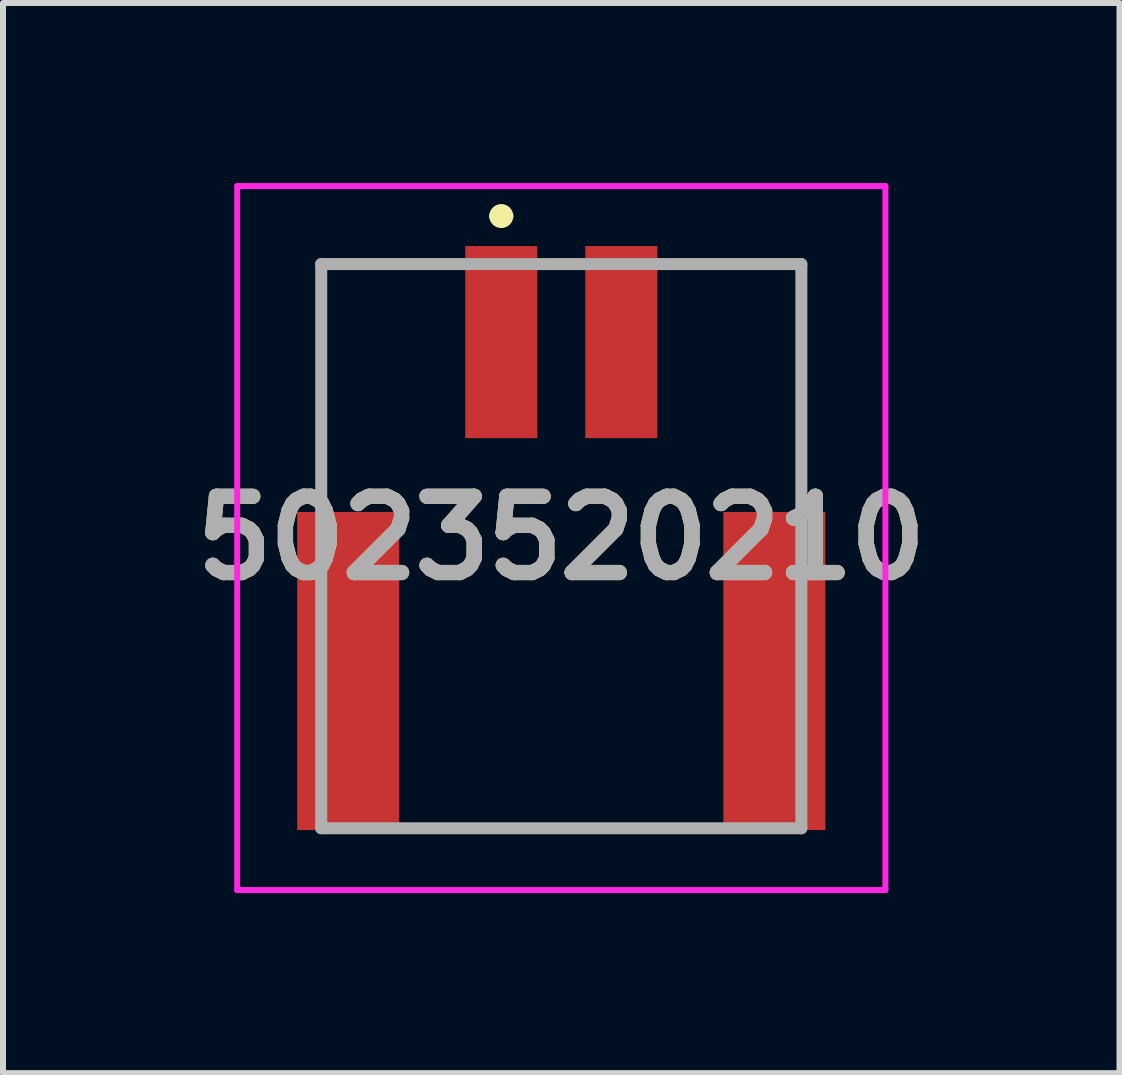
<source format=kicad_pcb>
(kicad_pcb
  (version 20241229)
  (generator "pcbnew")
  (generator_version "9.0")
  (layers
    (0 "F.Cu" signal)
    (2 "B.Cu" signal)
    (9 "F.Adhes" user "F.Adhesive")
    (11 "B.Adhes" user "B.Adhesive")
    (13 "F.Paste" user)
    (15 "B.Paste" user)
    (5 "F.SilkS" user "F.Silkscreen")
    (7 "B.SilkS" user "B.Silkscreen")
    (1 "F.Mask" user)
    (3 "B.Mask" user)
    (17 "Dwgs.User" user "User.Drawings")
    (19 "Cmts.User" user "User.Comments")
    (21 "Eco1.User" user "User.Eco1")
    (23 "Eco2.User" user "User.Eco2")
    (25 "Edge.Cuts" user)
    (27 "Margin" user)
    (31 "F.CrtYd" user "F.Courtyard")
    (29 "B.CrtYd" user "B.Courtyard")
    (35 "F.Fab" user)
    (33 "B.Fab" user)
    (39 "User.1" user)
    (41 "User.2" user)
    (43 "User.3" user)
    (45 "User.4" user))
  (footprint "5023520210"
    (layer "F.Cu")
    (at 6.302 1.05)
    (property "Reference" "5023520210" (at 0 4.865 0) (layer "F.SilkS") (effects (font (size 1.27 1.27) (thickness 0.254))))
    (attr smd)
    (fp_line (start -4 0.3) (end -2.05 0.3) (stroke (width 0.1) (type solid)) (layer "F.SilkS"))
    (fp_line (start -4 3.9) (end -4 0.3) (stroke (width 0.1) (type solid)) (layer "F.SilkS"))
    (fp_line (start -2.35 9.7) (end 2.45 9.7) (stroke (width 0.1) (type solid)) (layer "F.SilkS"))
    (fp_line (start -1.1 -0.5) (end -1.1 -0.5) (stroke (width 0.2) (type solid)) (layer "F.SilkS"))
    (fp_line (start -0.9 -0.5) (end -0.9 -0.5) (stroke (width 0.2) (type solid)) (layer "F.SilkS"))
    (fp_line (start 2.15 0.3) (end 4 0.3) (stroke (width 0.1) (type solid)) (layer "F.SilkS"))
    (fp_line (start 4 0.3) (end 4 3.9) (stroke (width 0.1) (type solid)) (layer "F.SilkS"))
    (fp_arc (start -1.1 -0.5) (mid -1 -0.6) (end -0.9 -0.5) (stroke (width 0.2) (type solid)) (layer "F.SilkS"))
    (fp_arc (start -0.9 -0.5) (mid -1 -0.4) (end -1.1 -0.5) (stroke (width 0.2) (type solid)) (layer "F.SilkS"))
    (fp_line (start -5.4 -1) (end 5.4 -1) (stroke (width 0.1) (type solid)) (layer "F.CrtYd"))
    (fp_line (start -5.4 10.73) (end -5.4 -1) (stroke (width 0.1) (type solid)) (layer "F.CrtYd"))
    (fp_line (start 5.4 -1) (end 5.4 10.73) (stroke (width 0.1) (type solid)) (layer "F.CrtYd"))
    (fp_line (start 5.4 10.73) (end -5.4 10.73) (stroke (width 0.1) (type solid)) (layer "F.CrtYd"))
    (fp_line (start -4 0.3) (end 4 0.3) (stroke (width 0.2) (type solid)) (layer "F.Fab"))
    (fp_line (start -4 9.7) (end -4 0.3) (stroke (width 0.2) (type solid)) (layer "F.Fab"))
    (fp_line (start 4 0.3) (end 4 9.7) (stroke (width 0.2) (type solid)) (layer "F.Fab"))
    (fp_line (start 4 9.7) (end -4 9.7) (stroke (width 0.2) (type solid)) (layer "F.Fab"))
    (fp_text user "${REFERENCE}" (at 0 4.865 0) (layer "F.Fab") (effects (font (size 1.27 1.27) (thickness 0.254))))
    (pad "1" smd rect (at -1 1.6) (size 1.2 3.2) (layers "F.Cu" "F.Mask" "F.Paste"))
    (pad "2" smd rect (at 1 1.6) (size 1.2 3.2) (layers "F.Cu" "F.Mask" "F.Paste"))
    (pad "MP1" smd rect (at -3.55 7.08) (size 1.7 5.3) (layers "F.Cu" "F.Mask" "F.Paste"))
    (pad "MP2" smd rect (at 3.55 7.08) (size 1.7 5.3) (layers "F.Cu" "F.Mask" "F.Paste")))
  (gr_rect
    (start -3 -3)
    (end 15.603 14.83)
    (stroke (width 0.1) (type default))
    (fill no)
    (layer "Edge.Cuts")))
</source>
